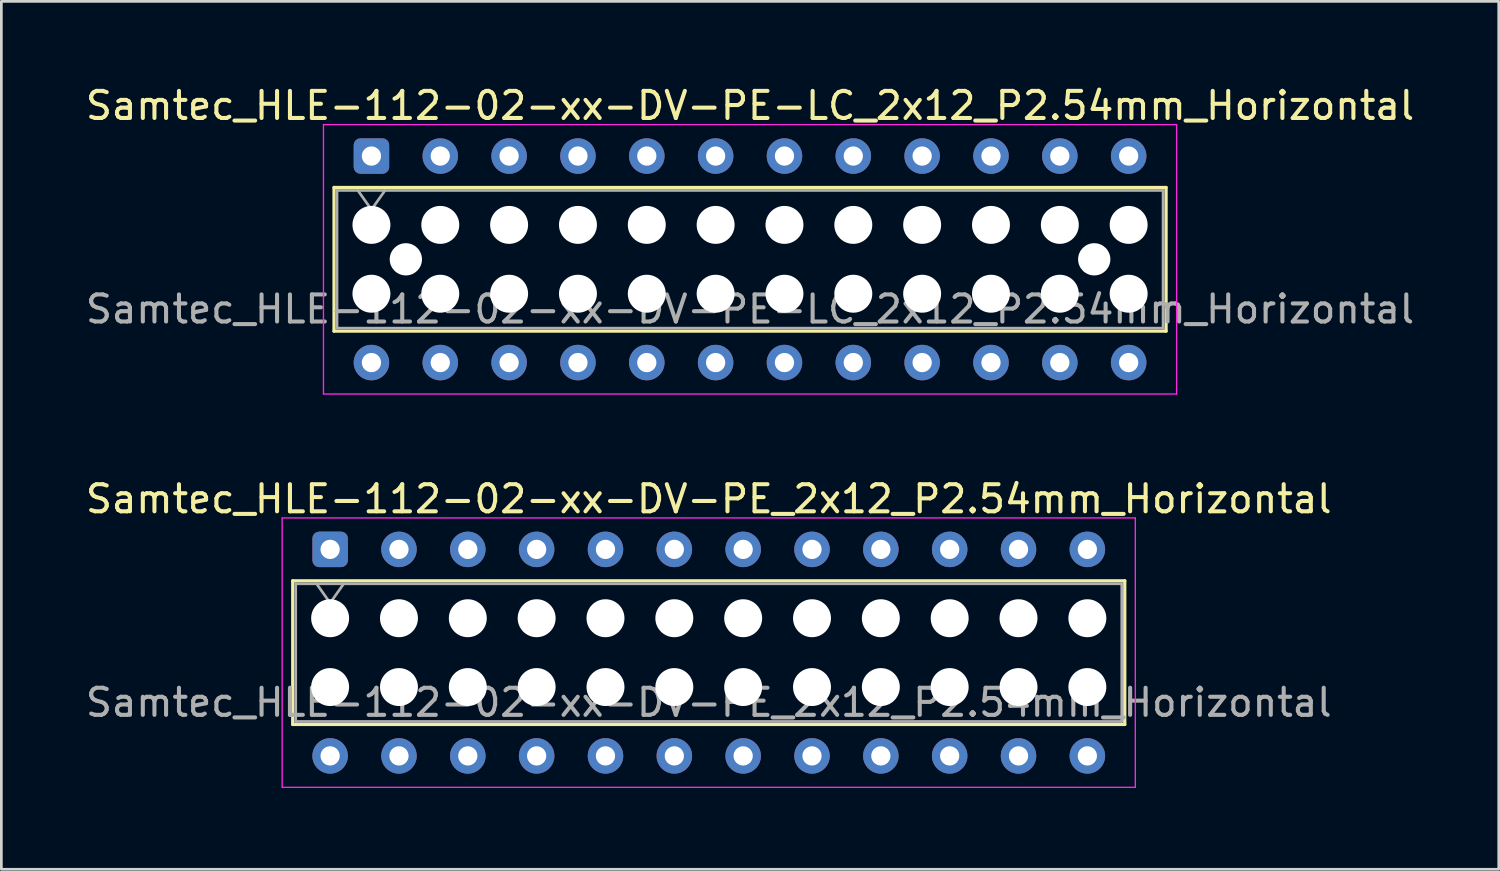
<source format=kicad_pcb>
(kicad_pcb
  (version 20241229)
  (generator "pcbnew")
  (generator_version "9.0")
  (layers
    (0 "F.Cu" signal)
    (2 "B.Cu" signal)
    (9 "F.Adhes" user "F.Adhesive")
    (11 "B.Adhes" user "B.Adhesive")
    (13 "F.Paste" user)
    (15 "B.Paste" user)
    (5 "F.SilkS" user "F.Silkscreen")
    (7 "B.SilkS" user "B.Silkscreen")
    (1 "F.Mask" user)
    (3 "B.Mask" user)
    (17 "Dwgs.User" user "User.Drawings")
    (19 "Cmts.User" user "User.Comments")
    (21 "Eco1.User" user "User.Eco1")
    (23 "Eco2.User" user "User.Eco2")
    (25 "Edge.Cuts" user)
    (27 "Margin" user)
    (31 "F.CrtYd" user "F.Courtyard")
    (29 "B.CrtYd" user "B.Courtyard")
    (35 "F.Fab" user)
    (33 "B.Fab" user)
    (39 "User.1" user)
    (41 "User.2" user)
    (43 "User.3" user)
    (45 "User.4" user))
  (footprint "Samtec_HLE-112-02-xx-DV-PE-LC_2x12_P2.54mm_Horizontal"
    (layer "F.Cu")
    (at 10.655 2.708)
    (property "Reference" "Samtec_HLE-112-02-xx-DV-PE-LC_2x12_P2.54mm_Horizontal" (at 13.97 -1.86 0) (layer "F.SilkS") (effects (font (size 1 1) (thickness 0.15))))
    (attr through_hole)
    (fp_line (start -1.38 1.16) (end 29.32 1.16) (stroke (width 0.12) (type solid)) (layer "F.SilkS"))
    (fp_line (start -1.38 6.46) (end -1.38 1.16) (stroke (width 0.12) (type solid)) (layer "F.SilkS"))
    (fp_line (start 29.32 1.16) (end 29.32 6.46) (stroke (width 0.12) (type solid)) (layer "F.SilkS"))
    (fp_line (start 29.32 6.46) (end -1.38 6.46) (stroke (width 0.12) (type solid)) (layer "F.SilkS"))
    (fp_line (start -1.77 -1.16) (end 29.71 -1.16) (stroke (width 0.05) (type solid)) (layer "F.CrtYd"))
    (fp_line (start -1.77 8.78) (end -1.77 -1.16) (stroke (width 0.05) (type solid)) (layer "F.CrtYd"))
    (fp_line (start 29.71 -1.16) (end 29.71 8.78) (stroke (width 0.05) (type solid)) (layer "F.CrtYd"))
    (fp_line (start 29.71 8.78) (end -1.77 8.78) (stroke (width 0.05) (type solid)) (layer "F.CrtYd"))
    (fp_line (start -1.27 1.27) (end 29.21 1.27) (stroke (width 0.1) (type solid)) (layer "F.Fab"))
    (fp_line (start -1.27 6.35) (end -1.27 1.27) (stroke (width 0.1) (type solid)) (layer "F.Fab"))
    (fp_line (start -0.5 1.27) (end 0 1.977) (stroke (width 0.1) (type solid)) (layer "F.Fab"))
    (fp_line (start 0 1.977) (end 0.5 1.27) (stroke (width 0.1) (type solid)) (layer "F.Fab"))
    (fp_line (start 29.21 1.27) (end 29.21 6.35) (stroke (width 0.1) (type solid)) (layer "F.Fab"))
    (fp_line (start 29.21 6.35) (end -1.27 6.35) (stroke (width 0.1) (type solid)) (layer "F.Fab"))
    (fp_text user "${REFERENCE}" (at 13.97 5.65 0) (layer "F.Fab") (effects (font (size 1 1) (thickness 0.15))))
    (pad "" np_thru_hole circle (at 0 2.54) (size 1.4 1.4) (drill 1.4) (layers "*.Cu" "*.Mask"))
    (pad "" np_thru_hole circle (at 0 5.08) (size 1.4 1.4) (drill 1.4) (layers "*.Cu" "*.Mask"))
    (pad "" np_thru_hole circle (at 1.27 3.81) (size 1.19 1.19) (drill 1.19) (layers "*.Cu" "*.Mask"))
    (pad "" np_thru_hole circle (at 2.54 2.54) (size 1.4 1.4) (drill 1.4) (layers "*.Cu" "*.Mask"))
    (pad "" np_thru_hole circle (at 2.54 5.08) (size 1.4 1.4) (drill 1.4) (layers "*.Cu" "*.Mask"))
    (pad "" np_thru_hole circle (at 5.08 2.54) (size 1.4 1.4) (drill 1.4) (layers "*.Cu" "*.Mask"))
    (pad "" np_thru_hole circle (at 5.08 5.08) (size 1.4 1.4) (drill 1.4) (layers "*.Cu" "*.Mask"))
    (pad "" np_thru_hole circle (at 7.62 2.54) (size 1.4 1.4) (drill 1.4) (layers "*.Cu" "*.Mask"))
    (pad "" np_thru_hole circle (at 7.62 5.08) (size 1.4 1.4) (drill 1.4) (layers "*.Cu" "*.Mask"))
    (pad "" np_thru_hole circle (at 10.16 2.54) (size 1.4 1.4) (drill 1.4) (layers "*.Cu" "*.Mask"))
    (pad "" np_thru_hole circle (at 10.16 5.08) (size 1.4 1.4) (drill 1.4) (layers "*.Cu" "*.Mask"))
    (pad "" np_thru_hole circle (at 12.7 2.54) (size 1.4 1.4) (drill 1.4) (layers "*.Cu" "*.Mask"))
    (pad "" np_thru_hole circle (at 12.7 5.08) (size 1.4 1.4) (drill 1.4) (layers "*.Cu" "*.Mask"))
    (pad "" np_thru_hole circle (at 15.24 2.54) (size 1.4 1.4) (drill 1.4) (layers "*.Cu" "*.Mask"))
    (pad "" np_thru_hole circle (at 15.24 5.08) (size 1.4 1.4) (drill 1.4) (layers "*.Cu" "*.Mask"))
    (pad "" np_thru_hole circle (at 17.78 2.54) (size 1.4 1.4) (drill 1.4) (layers "*.Cu" "*.Mask"))
    (pad "" np_thru_hole circle (at 17.78 5.08) (size 1.4 1.4) (drill 1.4) (layers "*.Cu" "*.Mask"))
    (pad "" np_thru_hole circle (at 20.32 2.54) (size 1.4 1.4) (drill 1.4) (layers "*.Cu" "*.Mask"))
    (pad "" np_thru_hole circle (at 20.32 5.08) (size 1.4 1.4) (drill 1.4) (layers "*.Cu" "*.Mask"))
    (pad "" np_thru_hole circle (at 22.86 2.54) (size 1.4 1.4) (drill 1.4) (layers "*.Cu" "*.Mask"))
    (pad "" np_thru_hole circle (at 22.86 5.08) (size 1.4 1.4) (drill 1.4) (layers "*.Cu" "*.Mask"))
    (pad "" np_thru_hole circle (at 25.4 2.54) (size 1.4 1.4) (drill 1.4) (layers "*.Cu" "*.Mask"))
    (pad "" np_thru_hole circle (at 25.4 5.08) (size 1.4 1.4) (drill 1.4) (layers "*.Cu" "*.Mask"))
    (pad "" np_thru_hole circle (at 26.67 3.81) (size 1.19 1.19) (drill 1.19) (layers "*.Cu" "*.Mask"))
    (pad "" np_thru_hole circle (at 27.94 2.54) (size 1.4 1.4) (drill 1.4) (layers "*.Cu" "*.Mask"))
    (pad "" np_thru_hole circle (at 27.94 5.08) (size 1.4 1.4) (drill 1.4) (layers "*.Cu" "*.Mask"))
    (pad "1" thru_hole roundrect (at 0 0) (size 1.31 1.31) (drill 0.71) (layers "*.Cu" "*.Mask") (roundrect_rratio 0.191))
    (pad "2" thru_hole circle (at 0 7.62) (size 1.31 1.31) (drill 0.71) (layers "*.Cu" "*.Mask"))
    (pad "3" thru_hole circle (at 2.54 0) (size 1.31 1.31) (drill 0.71) (layers "*.Cu" "*.Mask"))
    (pad "4" thru_hole circle (at 2.54 7.62) (size 1.31 1.31) (drill 0.71) (layers "*.Cu" "*.Mask"))
    (pad "5" thru_hole circle (at 5.08 0) (size 1.31 1.31) (drill 0.71) (layers "*.Cu" "*.Mask"))
    (pad "6" thru_hole circle (at 5.08 7.62) (size 1.31 1.31) (drill 0.71) (layers "*.Cu" "*.Mask"))
    (pad "7" thru_hole circle (at 7.62 0) (size 1.31 1.31) (drill 0.71) (layers "*.Cu" "*.Mask"))
    (pad "8" thru_hole circle (at 7.62 7.62) (size 1.31 1.31) (drill 0.71) (layers "*.Cu" "*.Mask"))
    (pad "9" thru_hole circle (at 10.16 0) (size 1.31 1.31) (drill 0.71) (layers "*.Cu" "*.Mask"))
    (pad "10" thru_hole circle (at 10.16 7.62) (size 1.31 1.31) (drill 0.71) (layers "*.Cu" "*.Mask"))
    (pad "11" thru_hole circle (at 12.7 0) (size 1.31 1.31) (drill 0.71) (layers "*.Cu" "*.Mask"))
    (pad "12" thru_hole circle (at 12.7 7.62) (size 1.31 1.31) (drill 0.71) (layers "*.Cu" "*.Mask"))
    (pad "13" thru_hole circle (at 15.24 0) (size 1.31 1.31) (drill 0.71) (layers "*.Cu" "*.Mask"))
    (pad "14" thru_hole circle (at 15.24 7.62) (size 1.31 1.31) (drill 0.71) (layers "*.Cu" "*.Mask"))
    (pad "15" thru_hole circle (at 17.78 0) (size 1.31 1.31) (drill 0.71) (layers "*.Cu" "*.Mask"))
    (pad "16" thru_hole circle (at 17.78 7.62) (size 1.31 1.31) (drill 0.71) (layers "*.Cu" "*.Mask"))
    (pad "17" thru_hole circle (at 20.32 0) (size 1.31 1.31) (drill 0.71) (layers "*.Cu" "*.Mask"))
    (pad "18" thru_hole circle (at 20.32 7.62) (size 1.31 1.31) (drill 0.71) (layers "*.Cu" "*.Mask"))
    (pad "19" thru_hole circle (at 22.86 0) (size 1.31 1.31) (drill 0.71) (layers "*.Cu" "*.Mask"))
    (pad "20" thru_hole circle (at 22.86 7.62) (size 1.31 1.31) (drill 0.71) (layers "*.Cu" "*.Mask"))
    (pad "21" thru_hole circle (at 25.4 0) (size 1.31 1.31) (drill 0.71) (layers "*.Cu" "*.Mask"))
    (pad "22" thru_hole circle (at 25.4 7.62) (size 1.31 1.31) (drill 0.71) (layers "*.Cu" "*.Mask"))
    (pad "23" thru_hole circle (at 27.94 0) (size 1.31 1.31) (drill 0.71) (layers "*.Cu" "*.Mask"))
    (pad "24" thru_hole circle (at 27.94 7.62) (size 1.31 1.31) (drill 0.71) (layers "*.Cu" "*.Mask")))
  (footprint "Samtec_HLE-112-02-xx-DV-PE_2x12_P2.54mm_Horizontal"
    (layer "F.Cu")
    (at 9.131 17.221)
    (property "Reference" "Samtec_HLE-112-02-xx-DV-PE_2x12_P2.54mm_Horizontal" (at 13.97 -1.86 0) (layer "F.SilkS") (effects (font (size 1 1) (thickness 0.15))))
    (attr through_hole)
    (fp_line (start -1.38 1.16) (end 29.32 1.16) (stroke (width 0.12) (type solid)) (layer "F.SilkS"))
    (fp_line (start -1.38 6.46) (end -1.38 1.16) (stroke (width 0.12) (type solid)) (layer "F.SilkS"))
    (fp_line (start 29.32 1.16) (end 29.32 6.46) (stroke (width 0.12) (type solid)) (layer "F.SilkS"))
    (fp_line (start 29.32 6.46) (end -1.38 6.46) (stroke (width 0.12) (type solid)) (layer "F.SilkS"))
    (fp_line (start -1.77 -1.16) (end 29.71 -1.16) (stroke (width 0.05) (type solid)) (layer "F.CrtYd"))
    (fp_line (start -1.77 8.78) (end -1.77 -1.16) (stroke (width 0.05) (type solid)) (layer "F.CrtYd"))
    (fp_line (start 29.71 -1.16) (end 29.71 8.78) (stroke (width 0.05) (type solid)) (layer "F.CrtYd"))
    (fp_line (start 29.71 8.78) (end -1.77 8.78) (stroke (width 0.05) (type solid)) (layer "F.CrtYd"))
    (fp_line (start -1.27 1.27) (end 29.21 1.27) (stroke (width 0.1) (type solid)) (layer "F.Fab"))
    (fp_line (start -1.27 6.35) (end -1.27 1.27) (stroke (width 0.1) (type solid)) (layer "F.Fab"))
    (fp_line (start -0.5 1.27) (end 0 1.977) (stroke (width 0.1) (type solid)) (layer "F.Fab"))
    (fp_line (start 0 1.977) (end 0.5 1.27) (stroke (width 0.1) (type solid)) (layer "F.Fab"))
    (fp_line (start 29.21 1.27) (end 29.21 6.35) (stroke (width 0.1) (type solid)) (layer "F.Fab"))
    (fp_line (start 29.21 6.35) (end -1.27 6.35) (stroke (width 0.1) (type solid)) (layer "F.Fab"))
    (fp_text user "${REFERENCE}" (at 13.97 5.65 0) (layer "F.Fab") (effects (font (size 1 1) (thickness 0.15))))
    (pad "" np_thru_hole circle (at 0 2.54) (size 1.4 1.4) (drill 1.4) (layers "*.Cu" "*.Mask"))
    (pad "" np_thru_hole circle (at 0 5.08) (size 1.4 1.4) (drill 1.4) (layers "*.Cu" "*.Mask"))
    (pad "" np_thru_hole circle (at 2.54 2.54) (size 1.4 1.4) (drill 1.4) (layers "*.Cu" "*.Mask"))
    (pad "" np_thru_hole circle (at 2.54 5.08) (size 1.4 1.4) (drill 1.4) (layers "*.Cu" "*.Mask"))
    (pad "" np_thru_hole circle (at 5.08 2.54) (size 1.4 1.4) (drill 1.4) (layers "*.Cu" "*.Mask"))
    (pad "" np_thru_hole circle (at 5.08 5.08) (size 1.4 1.4) (drill 1.4) (layers "*.Cu" "*.Mask"))
    (pad "" np_thru_hole circle (at 7.62 2.54) (size 1.4 1.4) (drill 1.4) (layers "*.Cu" "*.Mask"))
    (pad "" np_thru_hole circle (at 7.62 5.08) (size 1.4 1.4) (drill 1.4) (layers "*.Cu" "*.Mask"))
    (pad "" np_thru_hole circle (at 10.16 2.54) (size 1.4 1.4) (drill 1.4) (layers "*.Cu" "*.Mask"))
    (pad "" np_thru_hole circle (at 10.16 5.08) (size 1.4 1.4) (drill 1.4) (layers "*.Cu" "*.Mask"))
    (pad "" np_thru_hole circle (at 12.7 2.54) (size 1.4 1.4) (drill 1.4) (layers "*.Cu" "*.Mask"))
    (pad "" np_thru_hole circle (at 12.7 5.08) (size 1.4 1.4) (drill 1.4) (layers "*.Cu" "*.Mask"))
    (pad "" np_thru_hole circle (at 15.24 2.54) (size 1.4 1.4) (drill 1.4) (layers "*.Cu" "*.Mask"))
    (pad "" np_thru_hole circle (at 15.24 5.08) (size 1.4 1.4) (drill 1.4) (layers "*.Cu" "*.Mask"))
    (pad "" np_thru_hole circle (at 17.78 2.54) (size 1.4 1.4) (drill 1.4) (layers "*.Cu" "*.Mask"))
    (pad "" np_thru_hole circle (at 17.78 5.08) (size 1.4 1.4) (drill 1.4) (layers "*.Cu" "*.Mask"))
    (pad "" np_thru_hole circle (at 20.32 2.54) (size 1.4 1.4) (drill 1.4) (layers "*.Cu" "*.Mask"))
    (pad "" np_thru_hole circle (at 20.32 5.08) (size 1.4 1.4) (drill 1.4) (layers "*.Cu" "*.Mask"))
    (pad "" np_thru_hole circle (at 22.86 2.54) (size 1.4 1.4) (drill 1.4) (layers "*.Cu" "*.Mask"))
    (pad "" np_thru_hole circle (at 22.86 5.08) (size 1.4 1.4) (drill 1.4) (layers "*.Cu" "*.Mask"))
    (pad "" np_thru_hole circle (at 25.4 2.54) (size 1.4 1.4) (drill 1.4) (layers "*.Cu" "*.Mask"))
    (pad "" np_thru_hole circle (at 25.4 5.08) (size 1.4 1.4) (drill 1.4) (layers "*.Cu" "*.Mask"))
    (pad "" np_thru_hole circle (at 27.94 2.54) (size 1.4 1.4) (drill 1.4) (layers "*.Cu" "*.Mask"))
    (pad "" np_thru_hole circle (at 27.94 5.08) (size 1.4 1.4) (drill 1.4) (layers "*.Cu" "*.Mask"))
    (pad "1" thru_hole roundrect (at 0 0) (size 1.31 1.31) (drill 0.71) (layers "*.Cu" "*.Mask") (roundrect_rratio 0.191))
    (pad "2" thru_hole circle (at 0 7.62) (size 1.31 1.31) (drill 0.71) (layers "*.Cu" "*.Mask"))
    (pad "3" thru_hole circle (at 2.54 0) (size 1.31 1.31) (drill 0.71) (layers "*.Cu" "*.Mask"))
    (pad "4" thru_hole circle (at 2.54 7.62) (size 1.31 1.31) (drill 0.71) (layers "*.Cu" "*.Mask"))
    (pad "5" thru_hole circle (at 5.08 0) (size 1.31 1.31) (drill 0.71) (layers "*.Cu" "*.Mask"))
    (pad "6" thru_hole circle (at 5.08 7.62) (size 1.31 1.31) (drill 0.71) (layers "*.Cu" "*.Mask"))
    (pad "7" thru_hole circle (at 7.62 0) (size 1.31 1.31) (drill 0.71) (layers "*.Cu" "*.Mask"))
    (pad "8" thru_hole circle (at 7.62 7.62) (size 1.31 1.31) (drill 0.71) (layers "*.Cu" "*.Mask"))
    (pad "9" thru_hole circle (at 10.16 0) (size 1.31 1.31) (drill 0.71) (layers "*.Cu" "*.Mask"))
    (pad "10" thru_hole circle (at 10.16 7.62) (size 1.31 1.31) (drill 0.71) (layers "*.Cu" "*.Mask"))
    (pad "11" thru_hole circle (at 12.7 0) (size 1.31 1.31) (drill 0.71) (layers "*.Cu" "*.Mask"))
    (pad "12" thru_hole circle (at 12.7 7.62) (size 1.31 1.31) (drill 0.71) (layers "*.Cu" "*.Mask"))
    (pad "13" thru_hole circle (at 15.24 0) (size 1.31 1.31) (drill 0.71) (layers "*.Cu" "*.Mask"))
    (pad "14" thru_hole circle (at 15.24 7.62) (size 1.31 1.31) (drill 0.71) (layers "*.Cu" "*.Mask"))
    (pad "15" thru_hole circle (at 17.78 0) (size 1.31 1.31) (drill 0.71) (layers "*.Cu" "*.Mask"))
    (pad "16" thru_hole circle (at 17.78 7.62) (size 1.31 1.31) (drill 0.71) (layers "*.Cu" "*.Mask"))
    (pad "17" thru_hole circle (at 20.32 0) (size 1.31 1.31) (drill 0.71) (layers "*.Cu" "*.Mask"))
    (pad "18" thru_hole circle (at 20.32 7.62) (size 1.31 1.31) (drill 0.71) (layers "*.Cu" "*.Mask"))
    (pad "19" thru_hole circle (at 22.86 0) (size 1.31 1.31) (drill 0.71) (layers "*.Cu" "*.Mask"))
    (pad "20" thru_hole circle (at 22.86 7.62) (size 1.31 1.31) (drill 0.71) (layers "*.Cu" "*.Mask"))
    (pad "21" thru_hole circle (at 25.4 0) (size 1.31 1.31) (drill 0.71) (layers "*.Cu" "*.Mask"))
    (pad "22" thru_hole circle (at 25.4 7.62) (size 1.31 1.31) (drill 0.71) (layers "*.Cu" "*.Mask"))
    (pad "23" thru_hole circle (at 27.94 0) (size 1.31 1.31) (drill 0.71) (layers "*.Cu" "*.Mask"))
    (pad "24" thru_hole circle (at 27.94 7.62) (size 1.31 1.31) (drill 0.71) (layers "*.Cu" "*.Mask")))
  (gr_rect
    (start -3 -3)
    (end 52.25 29.026)
    (stroke (width 0.1) (type default))
    (fill no)
    (layer "Edge.Cuts")))
</source>
